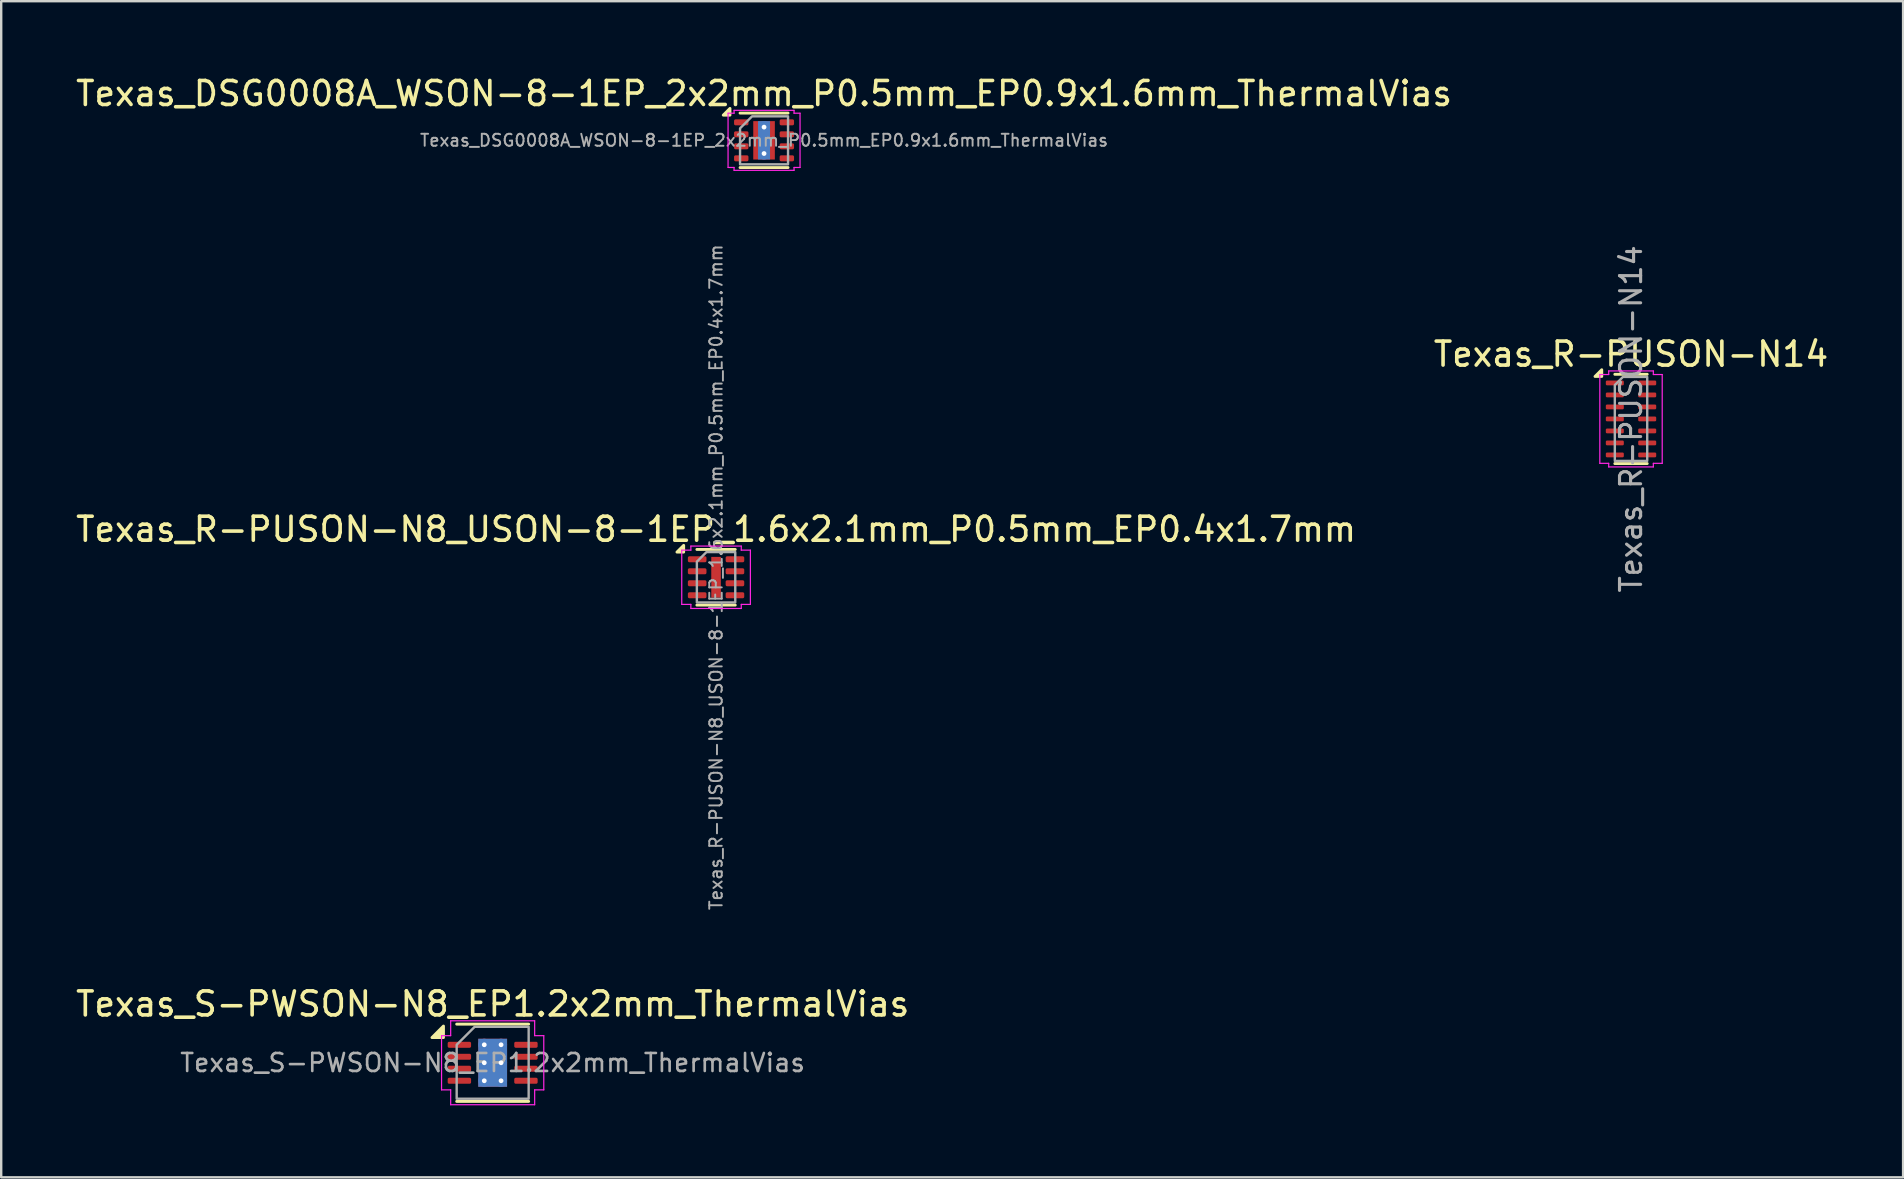
<source format=kicad_pcb>
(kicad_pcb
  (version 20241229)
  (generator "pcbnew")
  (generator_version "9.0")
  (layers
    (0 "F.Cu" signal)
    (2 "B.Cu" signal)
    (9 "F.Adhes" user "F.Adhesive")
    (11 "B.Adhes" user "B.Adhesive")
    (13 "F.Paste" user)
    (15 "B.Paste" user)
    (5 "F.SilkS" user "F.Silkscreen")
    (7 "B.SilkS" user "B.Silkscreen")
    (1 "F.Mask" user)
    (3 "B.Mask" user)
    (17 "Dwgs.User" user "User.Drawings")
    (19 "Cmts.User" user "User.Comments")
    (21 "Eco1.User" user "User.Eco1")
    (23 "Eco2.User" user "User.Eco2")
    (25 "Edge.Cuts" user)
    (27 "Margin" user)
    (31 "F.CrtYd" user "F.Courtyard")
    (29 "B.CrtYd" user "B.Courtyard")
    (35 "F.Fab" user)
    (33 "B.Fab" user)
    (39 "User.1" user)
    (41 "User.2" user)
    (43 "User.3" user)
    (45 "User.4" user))
  (footprint "Texas_R-PUSON-N14"
    (layer "F.Cu")
    (at 64.923 14.409)
    (property "Reference" "Texas_R-PUSON-N14" (at 0 -2.7 0) (layer "F.SilkS") (effects (font (size 1 1) (thickness 0.15))))
    (attr smd)
    (fp_line (start -0.675 -1.86) (end 0.675 -1.86) (stroke (width 0.12) (type solid)) (layer "F.SilkS"))
    (fp_line (start -0.675 1.86) (end 0.675 1.86) (stroke (width 0.12) (type solid)) (layer "F.SilkS"))
    (fp_poly (pts (xy -1.22 -1.77) (xy -1.5 -1.77) (xy -1.22 -2.05)) (stroke (width 0.12) (type solid)) (fill yes) (layer "F.SilkS"))
    (fp_line (start -1.3 -1.85) (end -0.93 -1.85) (stroke (width 0.05) (type solid)) (layer "F.CrtYd"))
    (fp_line (start -1.3 1.85) (end -1.3 -1.85) (stroke (width 0.05) (type solid)) (layer "F.CrtYd"))
    (fp_line (start -0.93 -2) (end 0.93 -2) (stroke (width 0.05) (type solid)) (layer "F.CrtYd"))
    (fp_line (start -0.93 -1.85) (end -0.93 -2) (stroke (width 0.05) (type solid)) (layer "F.CrtYd"))
    (fp_line (start -0.93 1.85) (end -1.3 1.85) (stroke (width 0.05) (type solid)) (layer "F.CrtYd"))
    (fp_line (start -0.93 2) (end -0.93 1.85) (stroke (width 0.05) (type solid)) (layer "F.CrtYd"))
    (fp_line (start 0.93 -2) (end 0.93 -1.85) (stroke (width 0.05) (type solid)) (layer "F.CrtYd"))
    (fp_line (start 0.93 -1.85) (end 1.3 -1.85) (stroke (width 0.05) (type solid)) (layer "F.CrtYd"))
    (fp_line (start 0.93 1.85) (end 0.93 2) (stroke (width 0.05) (type solid)) (layer "F.CrtYd"))
    (fp_line (start 0.93 2) (end -0.93 2) (stroke (width 0.05) (type solid)) (layer "F.CrtYd"))
    (fp_line (start 1.3 -1.85) (end 1.3 1.85) (stroke (width 0.05) (type solid)) (layer "F.CrtYd"))
    (fp_line (start 1.3 1.85) (end 0.93 1.85) (stroke (width 0.05) (type solid)) (layer "F.CrtYd"))
    (fp_poly (pts (xy -0.675 -1.413) (xy -0.675 1.75) (xy 0.675 1.75) (xy 0.675 -1.75) (xy -0.338 -1.75)) (stroke (width 0.1) (type solid)) (fill no) (layer "F.Fab"))
    (fp_text user "${REFERENCE}" (at 0 0 90) (layer "F.Fab") (effects (font (size 0.88 0.88) (thickness 0.13))))
    (pad "1" smd roundrect (at -0.675 -1.5) (size 0.75 0.2) (layers "F.Cu" "F.Mask" "F.Paste") (roundrect_rratio 0.25))
    (pad "2" smd roundrect (at -0.675 -1) (size 0.75 0.2) (layers "F.Cu" "F.Mask" "F.Paste") (roundrect_rratio 0.25))
    (pad "3" smd roundrect (at -0.675 -0.5) (size 0.75 0.2) (layers "F.Cu" "F.Mask" "F.Paste") (roundrect_rratio 0.25))
    (pad "4" smd roundrect (at -0.675 0) (size 0.75 0.2) (layers "F.Cu" "F.Mask" "F.Paste") (roundrect_rratio 0.25))
    (pad "5" smd roundrect (at -0.675 0.5) (size 0.75 0.2) (layers "F.Cu" "F.Mask" "F.Paste") (roundrect_rratio 0.25))
    (pad "6" smd roundrect (at -0.675 1) (size 0.75 0.2) (layers "F.Cu" "F.Mask" "F.Paste") (roundrect_rratio 0.25))
    (pad "7" smd roundrect (at -0.675 1.5) (size 0.75 0.2) (layers "F.Cu" "F.Mask" "F.Paste") (roundrect_rratio 0.25))
    (pad "8" smd roundrect (at 0.675 1.5) (size 0.75 0.2) (layers "F.Cu" "F.Mask" "F.Paste") (roundrect_rratio 0.25))
    (pad "9" smd roundrect (at 0.675 1) (size 0.75 0.2) (layers "F.Cu" "F.Mask" "F.Paste") (roundrect_rratio 0.25))
    (pad "10" smd roundrect (at 0.675 0.5) (size 0.75 0.2) (layers "F.Cu" "F.Mask" "F.Paste") (roundrect_rratio 0.25))
    (pad "11" smd roundrect (at 0.675 0) (size 0.75 0.2) (layers "F.Cu" "F.Mask" "F.Paste") (roundrect_rratio 0.25))
    (pad "12" smd roundrect (at 0.675 -0.5) (size 0.75 0.2) (layers "F.Cu" "F.Mask" "F.Paste") (roundrect_rratio 0.25))
    (pad "13" smd roundrect (at 0.675 -1) (size 0.75 0.2) (layers "F.Cu" "F.Mask" "F.Paste") (roundrect_rratio 0.25))
    (pad "14" smd roundrect (at 0.675 -1.5) (size 0.75 0.2) (layers "F.Cu" "F.Mask" "F.Paste") (roundrect_rratio 0.25)))
  (footprint "Texas_R-PUSON-N8_USON-8-1EP_1.6x2.1mm_P0.5mm_EP0.4x1.7mm"
    (layer "F.Cu")
    (at 26.792 21.008)
    (property "Reference" "Texas_R-PUSON-N8_USON-8-1EP_1.6x2.1mm_P0.5mm_EP0.4x1.7mm" (at 0 -2 0) (layer "F.SilkS") (effects (font (size 1 1) (thickness 0.15))))
    (attr smd)
    (fp_line (start -0.8 -1.16) (end 0.8 -1.16) (stroke (width 0.12) (type solid)) (layer "F.SilkS"))
    (fp_line (start -0.8 1.16) (end 0.8 1.16) (stroke (width 0.12) (type solid)) (layer "F.SilkS"))
    (fp_poly (pts (xy -1.35 -1.05) (xy -1.63 -1.05) (xy -1.35 -1.33)) (stroke (width 0.12) (type solid)) (fill yes) (layer "F.SilkS"))
    (fp_line (start -1.43 -1.13) (end -1.05 -1.13) (stroke (width 0.05) (type solid)) (layer "F.CrtYd"))
    (fp_line (start -1.43 1.13) (end -1.43 -1.13) (stroke (width 0.05) (type solid)) (layer "F.CrtYd"))
    (fp_line (start -1.05 -1.3) (end 1.05 -1.3) (stroke (width 0.05) (type solid)) (layer "F.CrtYd"))
    (fp_line (start -1.05 -1.13) (end -1.05 -1.3) (stroke (width 0.05) (type solid)) (layer "F.CrtYd"))
    (fp_line (start -1.05 1.13) (end -1.43 1.13) (stroke (width 0.05) (type solid)) (layer "F.CrtYd"))
    (fp_line (start -1.05 1.3) (end -1.05 1.13) (stroke (width 0.05) (type solid)) (layer "F.CrtYd"))
    (fp_line (start 1.05 -1.3) (end 1.05 -1.13) (stroke (width 0.05) (type solid)) (layer "F.CrtYd"))
    (fp_line (start 1.05 -1.13) (end 1.43 -1.13) (stroke (width 0.05) (type solid)) (layer "F.CrtYd"))
    (fp_line (start 1.05 1.13) (end 1.05 1.3) (stroke (width 0.05) (type solid)) (layer "F.CrtYd"))
    (fp_line (start 1.05 1.3) (end -1.05 1.3) (stroke (width 0.05) (type solid)) (layer "F.CrtYd"))
    (fp_line (start 1.43 -1.13) (end 1.43 1.13) (stroke (width 0.05) (type solid)) (layer "F.CrtYd"))
    (fp_line (start 1.43 1.13) (end 1.05 1.13) (stroke (width 0.05) (type solid)) (layer "F.CrtYd"))
    (fp_poly (pts (xy -0.8 -0.65) (xy -0.8 1.05) (xy 0.8 1.05) (xy 0.8 -1.05) (xy -0.4 -1.05)) (stroke (width 0.1) (type solid)) (fill no) (layer "F.Fab"))
    (fp_text user "${REFERENCE}" (at 0 0 90) (layer "F.Fab") (effects (font (size 0.52 0.52) (thickness 0.08))))
    (pad "" smd roundrect (at 0 0) (size 0.32 1.37) (layers "F.Paste") (roundrect_rratio 0.25))
    (pad "1" smd roundrect (at -0.787 -0.75) (size 0.775 0.25) (layers "F.Cu" "F.Mask" "F.Paste") (roundrect_rratio 0.25))
    (pad "2" smd roundrect (at -0.787 -0.25) (size 0.775 0.25) (layers "F.Cu" "F.Mask" "F.Paste") (roundrect_rratio 0.25))
    (pad "3" smd roundrect (at -0.787 0.25) (size 0.775 0.25) (layers "F.Cu" "F.Mask" "F.Paste") (roundrect_rratio 0.25))
    (pad "4" smd roundrect (at -0.787 0.75) (size 0.775 0.25) (layers "F.Cu" "F.Mask" "F.Paste") (roundrect_rratio 0.25))
    (pad "5" smd roundrect (at 0.787 0.75) (size 0.775 0.25) (layers "F.Cu" "F.Mask" "F.Paste") (roundrect_rratio 0.25))
    (pad "6" smd roundrect (at 0.787 0.25) (size 0.775 0.25) (layers "F.Cu" "F.Mask" "F.Paste") (roundrect_rratio 0.25))
    (pad "7" smd roundrect (at 0.787 -0.25) (size 0.775 0.25) (layers "F.Cu" "F.Mask" "F.Paste") (roundrect_rratio 0.25))
    (pad "8" smd roundrect (at 0.787 -0.75) (size 0.775 0.25) (layers "F.Cu" "F.Mask" "F.Paste") (roundrect_rratio 0.25))
    (pad "9" smd rect (at 0 0) (size 0.4 1.7) (property pad_prop_heatsink) (layers "F.Cu" "F.Mask")))
  (footprint "Texas_S-PWSON-N8_EP1.2x2mm_ThermalVias"
    (layer "F.Cu")
    (at 17.482 41.241)
    (property "Reference" "Texas_S-PWSON-N8_EP1.2x2mm_ThermalVias" (at 0 -2.45 0) (layer "F.SilkS") (effects (font (size 1 1) (thickness 0.15))))
    (attr smd)
    (fp_line (start -1.5 -1.61) (end 1.5 -1.61) (stroke (width 0.12) (type solid)) (layer "F.SilkS"))
    (fp_line (start -1.5 1.61) (end 1.5 1.61) (stroke (width 0.12) (type solid)) (layer "F.SilkS"))
    (fp_poly (pts (xy -2.05 -1.05) (xy -2.53 -1.05) (xy -2.05 -1.53)) (stroke (width 0.12) (type solid)) (fill yes) (layer "F.SilkS"))
    (fp_line (start -2.13 -1.13) (end -1.75 -1.13) (stroke (width 0.05) (type solid)) (layer "F.CrtYd"))
    (fp_line (start -2.13 1.13) (end -2.13 -1.13) (stroke (width 0.05) (type solid)) (layer "F.CrtYd"))
    (fp_line (start -1.75 -1.75) (end 1.75 -1.75) (stroke (width 0.05) (type solid)) (layer "F.CrtYd"))
    (fp_line (start -1.75 -1.13) (end -1.75 -1.75) (stroke (width 0.05) (type solid)) (layer "F.CrtYd"))
    (fp_line (start -1.75 1.13) (end -2.13 1.13) (stroke (width 0.05) (type solid)) (layer "F.CrtYd"))
    (fp_line (start -1.75 1.75) (end -1.75 1.13) (stroke (width 0.05) (type solid)) (layer "F.CrtYd"))
    (fp_line (start 1.75 -1.75) (end 1.75 -1.13) (stroke (width 0.05) (type solid)) (layer "F.CrtYd"))
    (fp_line (start 1.75 -1.13) (end 2.13 -1.13) (stroke (width 0.05) (type solid)) (layer "F.CrtYd"))
    (fp_line (start 1.75 1.13) (end 1.75 1.75) (stroke (width 0.05) (type solid)) (layer "F.CrtYd"))
    (fp_line (start 1.75 1.75) (end -1.75 1.75) (stroke (width 0.05) (type solid)) (layer "F.CrtYd"))
    (fp_line (start 2.13 -1.13) (end 2.13 1.13) (stroke (width 0.05) (type solid)) (layer "F.CrtYd"))
    (fp_line (start 2.13 1.13) (end 1.75 1.13) (stroke (width 0.05) (type solid)) (layer "F.CrtYd"))
    (fp_poly (pts (xy -1.5 -0.75) (xy -1.5 1.5) (xy 1.5 1.5) (xy 1.5 -1.5) (xy -0.75 -1.5)) (stroke (width 0.1) (type solid)) (fill no) (layer "F.Fab"))
    (fp_text user "${REFERENCE}" (at 0 0 0) (layer "F.Fab") (effects (font (size 0.75 0.75) (thickness 0.11))))
    (pad "" smd roundrect (at 0 -0.5) (size 1.04 0.87) (layers "F.Paste") (roundrect_rratio 0.25))
    (pad "" smd roundrect (at 0 0.5) (size 1.04 0.87) (layers "F.Paste") (roundrect_rratio 0.25))
    (pad "1" smd roundrect (at -1.387 -0.75) (size 0.975 0.25) (layers "F.Cu" "F.Mask" "F.Paste") (roundrect_rratio 0.25))
    (pad "2" smd roundrect (at -1.387 -0.25) (size 0.975 0.25) (layers "F.Cu" "F.Mask" "F.Paste") (roundrect_rratio 0.25))
    (pad "3" smd roundrect (at -1.387 0.25) (size 0.975 0.25) (layers "F.Cu" "F.Mask" "F.Paste") (roundrect_rratio 0.25))
    (pad "4" smd roundrect (at -1.387 0.75) (size 0.975 0.25) (layers "F.Cu" "F.Mask" "F.Paste") (roundrect_rratio 0.25))
    (pad "5" smd roundrect (at 1.387 0.75) (size 0.975 0.25) (layers "F.Cu" "F.Mask" "F.Paste") (roundrect_rratio 0.25))
    (pad "6" smd roundrect (at 1.387 0.25) (size 0.975 0.25) (layers "F.Cu" "F.Mask" "F.Paste") (roundrect_rratio 0.25))
    (pad "7" smd roundrect (at 1.387 -0.25) (size 0.975 0.25) (layers "F.Cu" "F.Mask" "F.Paste") (roundrect_rratio 0.25))
    (pad "8" smd roundrect (at 1.387 -0.75) (size 0.975 0.25) (layers "F.Cu" "F.Mask" "F.Paste") (roundrect_rratio 0.25))
    (pad "9" thru_hole circle (at -0.35 -0.75) (size 0.5 0.5) (drill 0.2) (property pad_prop_heatsink) (layers "*.Cu"))
    (pad "9" thru_hole circle (at -0.35 0) (size 0.5 0.5) (drill 0.2) (property pad_prop_heatsink) (layers "*.Cu"))
    (pad "9" thru_hole circle (at -0.35 0.75) (size 0.5 0.5) (drill 0.2) (property pad_prop_heatsink) (layers "*.Cu"))
    (pad "9" smd rect (at 0 0) (size 1.2 2) (property pad_prop_heatsink) (layers "F.Cu" "F.Mask"))
    (pad "9" smd rect (at 0 0) (size 1.2 2) (property pad_prop_heatsink) (layers "B.Cu"))
    (pad "9" thru_hole circle (at 0.35 -0.75) (size 0.5 0.5) (drill 0.2) (property pad_prop_heatsink) (layers "*.Cu"))
    (pad "9" thru_hole circle (at 0.35 0) (size 0.5 0.5) (drill 0.2) (property pad_prop_heatsink) (layers "*.Cu"))
    (pad "9" thru_hole circle (at 0.35 0.75) (size 0.5 0.5) (drill 0.2) (property pad_prop_heatsink) (layers "*.Cu")))
  (footprint "Texas_DSG0008A_WSON-8-1EP_2x2mm_P0.5mm_EP0.9x1.6mm_ThermalVias"
    (layer "F.Cu")
    (at 28.792 2.798)
    (property "Reference" "Texas_DSG0008A_WSON-8-1EP_2x2mm_P0.5mm_EP0.9x1.6mm_ThermalVias" (at 0 -1.95 0) (layer "F.SilkS") (effects (font (size 1 1) (thickness 0.15))))
    (attr smd)
    (fp_line (start -1 -1.135) (end 1 -1.135) (stroke (width 0.12) (type solid)) (layer "F.SilkS"))
    (fp_line (start -1 1.135) (end 1 1.135) (stroke (width 0.12) (type solid)) (layer "F.SilkS"))
    (fp_poly (pts (xy -1.42 -1.05) (xy -1.7 -1.05) (xy -1.42 -1.33)) (stroke (width 0.12) (type solid)) (fill yes) (layer "F.SilkS"))
    (fp_line (start -1.5 -1.13) (end -1.25 -1.13) (stroke (width 0.05) (type solid)) (layer "F.CrtYd"))
    (fp_line (start -1.5 1.13) (end -1.5 -1.13) (stroke (width 0.05) (type solid)) (layer "F.CrtYd"))
    (fp_line (start -1.25 -1.25) (end 1.25 -1.25) (stroke (width 0.05) (type solid)) (layer "F.CrtYd"))
    (fp_line (start -1.25 -1.13) (end -1.25 -1.25) (stroke (width 0.05) (type solid)) (layer "F.CrtYd"))
    (fp_line (start -1.25 1.13) (end -1.5 1.13) (stroke (width 0.05) (type solid)) (layer "F.CrtYd"))
    (fp_line (start -1.25 1.25) (end -1.25 1.13) (stroke (width 0.05) (type solid)) (layer "F.CrtYd"))
    (fp_line (start 1.25 -1.25) (end 1.25 -1.13) (stroke (width 0.05) (type solid)) (layer "F.CrtYd"))
    (fp_line (start 1.25 -1.13) (end 1.5 -1.13) (stroke (width 0.05) (type solid)) (layer "F.CrtYd"))
    (fp_line (start 1.25 1.13) (end 1.25 1.25) (stroke (width 0.05) (type solid)) (layer "F.CrtYd"))
    (fp_line (start 1.25 1.25) (end -1.25 1.25) (stroke (width 0.05) (type solid)) (layer "F.CrtYd"))
    (fp_line (start 1.5 -1.13) (end 1.5 1.13) (stroke (width 0.05) (type solid)) (layer "F.CrtYd"))
    (fp_line (start 1.5 1.13) (end 1.25 1.13) (stroke (width 0.05) (type solid)) (layer "F.CrtYd"))
    (fp_poly (pts (xy -1 -0.5) (xy -1 1) (xy 1 1) (xy 1 -1) (xy -0.5 -1)) (stroke (width 0.1) (type solid)) (fill no) (layer "F.Fab"))
    (fp_text user "${REFERENCE}" (at 0 0 0) (layer "F.Fab") (effects (font (size 0.5 0.5) (thickness 0.08))))
    (pad "" smd roundrect (at 0 -0.4) (size 0.83 0.74) (layers "F.Paste") (roundrect_rratio 0.25))
    (pad "" smd roundrect (at 0 0.4) (size 0.83 0.74) (layers "F.Paste") (roundrect_rratio 0.25))
    (pad "1" smd roundrect (at -0.95 -0.75) (size 0.6 0.25) (layers "F.Cu" "F.Mask" "F.Paste") (roundrect_rratio 0.25))
    (pad "2" smd roundrect (at -0.95 -0.25) (size 0.6 0.25) (layers "F.Cu" "F.Mask" "F.Paste") (roundrect_rratio 0.25))
    (pad "3" smd roundrect (at -0.95 0.25) (size 0.6 0.25) (layers "F.Cu" "F.Mask" "F.Paste") (roundrect_rratio 0.25))
    (pad "4" smd roundrect (at -0.95 0.75) (size 0.6 0.25) (layers "F.Cu" "F.Mask" "F.Paste") (roundrect_rratio 0.25))
    (pad "5" smd roundrect (at 0.95 0.75) (size 0.6 0.25) (layers "F.Cu" "F.Mask" "F.Paste") (roundrect_rratio 0.25))
    (pad "6" smd roundrect (at 0.95 0.25) (size 0.6 0.25) (layers "F.Cu" "F.Mask" "F.Paste") (roundrect_rratio 0.25))
    (pad "7" smd roundrect (at 0.95 -0.25) (size 0.6 0.25) (layers "F.Cu" "F.Mask" "F.Paste") (roundrect_rratio 0.25))
    (pad "8" smd roundrect (at 0.95 -0.75) (size 0.6 0.25) (layers "F.Cu" "F.Mask" "F.Paste") (roundrect_rratio 0.25))
    (pad "9" thru_hole circle (at 0 -0.55) (size 0.5 0.5) (drill 0.2) (property pad_prop_heatsink) (layers "*.Cu"))
    (pad "9" smd rect (at 0 0) (size 0.5 1.6) (property pad_prop_heatsink) (layers "B.Cu"))
    (pad "9" smd rect (at 0 0) (size 0.9 1.6) (property pad_prop_heatsink) (layers "F.Cu" "F.Mask"))
    (pad "9" thru_hole circle (at 0 0.55) (size 0.5 0.5) (drill 0.2) (property pad_prop_heatsink) (layers "*.Cu")))
  (gr_rect
    (start -3 -3)
    (end 76.262 46.016)
    (stroke (width 0.1) (type default))
    (fill no)
    (layer "Edge.Cuts")))
</source>
